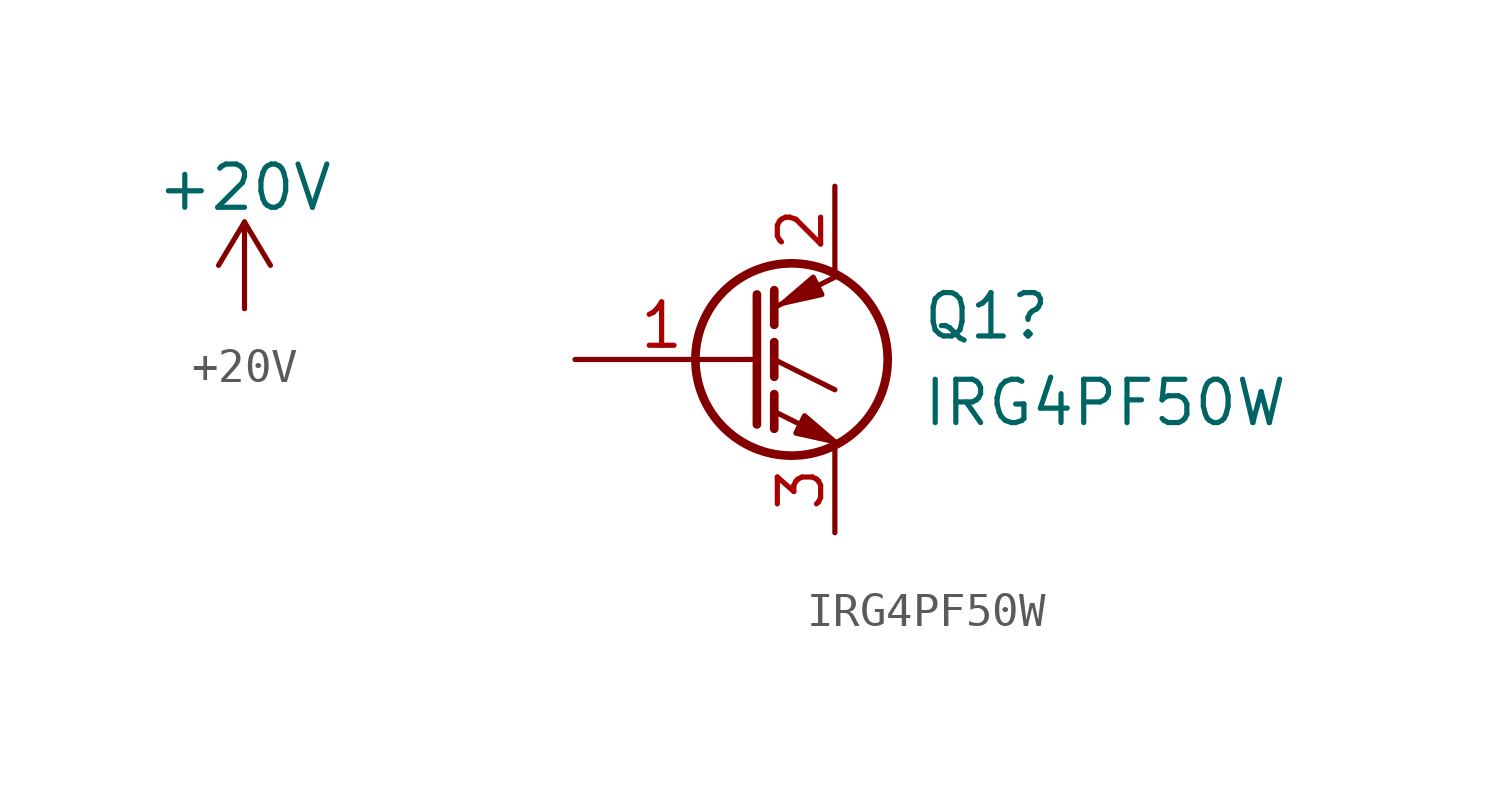
<source format=kicad_sym>
(kicad_symbol_lib
  (version 20241209)
  (generator "kicad_symbol_editor")
  (generator_version "9.0")
  (symbol "+20V"
    (power)
    (pin_numbers
      (hide yes))
    (pin_names
      (offset 0)
      (hide yes))
    (property "Reference" "#PWR"
      (at 0 -3.81 0)
      (effects (font (size 1.27 1.27)) (hide yes)))
    (property "Value" "+20V"
      (at 0 3.556 0)
      (effects (font (size 1.27 1.27))))
    (symbol "+20V_0_1"
      (polyline (pts (xy -0.762 1.27) (xy 0 2.54)) (stroke (width 0) (type default)) (fill (type none)))
      (polyline (pts (xy 0 2.54) (xy 0.762 1.27)) (stroke (width 0) (type default)) (fill (type none)))
      (polyline (pts (xy 0 0) (xy 0 2.54)) (stroke (width 0) (type default)) (fill (type none))))
    (symbol "+20V_1_1"
      (pin power_in line (at 0 0 90) (length 0) (name "~" (effects (font (size 1.27 1.27)))) (number "1" (effects (font (size 1.27 1.27)))))))
  (symbol "IRG4PF50W"
    (pin_names
      (offset 0)
      (hide yes))
    (property "Reference" "Q1"
      (at 5.08 1.27 0)
      (effects (font (size 1.27 1.27)) (justify left)))
    (property "Value" "IRG4PF50W"
      (at 5.08 -1.27 0)
      (effects (font (size 1.27 1.27)) (justify left)))
    (symbol "IRG4PF50W_0_1"
      (polyline (pts (xy 0 0) (xy 0.254 0)) (stroke (width 0) (type default)) (fill (type none)))
      (polyline (pts (xy 0.254 1.905) (xy 0.254 -1.905) (xy 0.254 -1.905)) (stroke (width 0.254) (type default)) (fill (type none)))
      (polyline (pts (xy 0.762 2.032) (xy 0.762 1.016)) (stroke (width 0.254) (type default)) (fill (type none)))
      (polyline (pts (xy 0.762 0.508) (xy 0.762 -0.508)) (stroke (width 0.254) (type default)) (fill (type none)))
      (polyline (pts (xy 0.762 -1.016) (xy 0.762 -2.032)) (stroke (width 0.254) (type default)) (fill (type none)))
      (circle (center 1.27 0) (radius 2.819) (stroke (width 0.254) (type default)) (fill (type none)))
      (polyline (pts (xy 1.397 -2.159) (xy 1.651 -1.651) (xy 2.54 -2.413) (xy 1.397 -2.159)) (stroke (width 0) (type default)) (fill (type outline)))
      (polyline (pts (xy 2.159 1.905) (xy 1.905 2.413) (xy 1.016 1.651) (xy 2.159 1.905)) (stroke (width 0) (type default)) (fill (type outline)))
      (polyline (pts (xy 2.54 2.413) (xy 0.762 1.524)) (stroke (width 0) (type default)) (fill (type none)))
      (polyline (pts (xy 2.54 -0.889) (xy 0.762 0)) (stroke (width 0) (type default)) (fill (type none)))
      (polyline (pts (xy 2.54 -2.413) (xy 0.762 -1.524)) (stroke (width 0) (type default)) (fill (type none))))
    (symbol "IRG4PF50W_1_1"
      (pin input line (at -5.08 0 0) (length 5.08) (name "G" (effects (font (size 1.27 1.27)))) (number "1" (effects (font (size 1.27 1.27)))))
      (pin passive line (at 2.54 5.08 270) (length 2.54) (name "C" (effects (font (size 1.27 1.27)))) (number "2" (effects (font (size 1.27 1.27)))))
      (pin passive line (at 2.54 -5.08 90) (length 2.54) (name "E" (effects (font (size 1.27 1.27)))) (number "3" (effects (font (size 1.27 1.27))))))))
</source>
